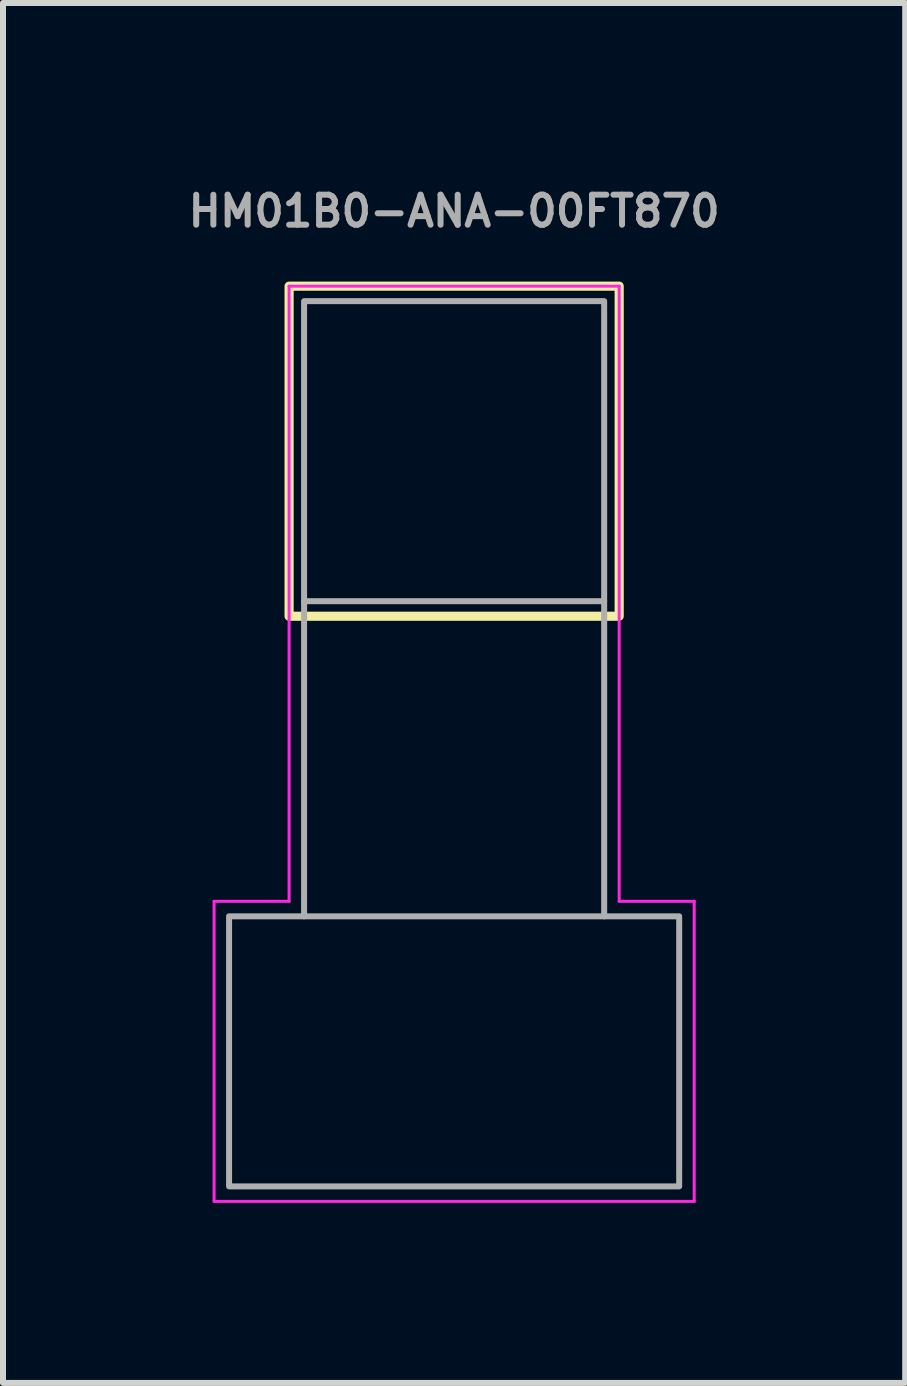
<source format=kicad_pcb>
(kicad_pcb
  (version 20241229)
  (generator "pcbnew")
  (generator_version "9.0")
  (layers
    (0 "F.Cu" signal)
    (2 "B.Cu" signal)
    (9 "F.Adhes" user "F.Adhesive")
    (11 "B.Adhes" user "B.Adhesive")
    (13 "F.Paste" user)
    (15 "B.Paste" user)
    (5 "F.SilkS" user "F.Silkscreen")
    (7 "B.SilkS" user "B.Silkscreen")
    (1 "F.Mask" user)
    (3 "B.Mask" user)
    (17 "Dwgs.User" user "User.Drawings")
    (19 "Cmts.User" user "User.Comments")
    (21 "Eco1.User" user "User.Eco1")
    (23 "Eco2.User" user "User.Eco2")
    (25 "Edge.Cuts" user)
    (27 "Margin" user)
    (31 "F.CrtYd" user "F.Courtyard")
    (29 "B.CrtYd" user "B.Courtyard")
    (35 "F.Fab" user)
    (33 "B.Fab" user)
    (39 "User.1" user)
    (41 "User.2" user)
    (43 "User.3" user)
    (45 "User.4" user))
  (footprint "HM01B0-ANA-00FT870"
    (layer "F.Cu")
    (at 4.517 14.468)
    (property "Reference" "HM01B0-ANA-00FT870" (at 0 -14 0) (unlocked yes) (layer "F.Fab") (effects (font (size 0.5 0.5) (thickness 0.1))))
    (attr smd)
    (fp_rect (start -2.75 -12.75) (end 2.75 -7.25) (stroke (width 0.152) (type default)) (fill no) (layer "F.SilkS"))
    (fp_line (start -4 -2.5) (end -4 2.5) (stroke (width 0.05) (type default)) (layer "F.CrtYd"))
    (fp_line (start -4 2.5) (end 4 2.5) (stroke (width 0.05) (type default)) (layer "F.CrtYd"))
    (fp_line (start -2.75 -12.75) (end -2.75 -2.5) (stroke (width 0.05) (type default)) (layer "F.CrtYd"))
    (fp_line (start -2.75 -2.5) (end -4 -2.5) (stroke (width 0.05) (type default)) (layer "F.CrtYd"))
    (fp_line (start 2.75 -12.75) (end -2.75 -12.75) (stroke (width 0.05) (type default)) (layer "F.CrtYd"))
    (fp_line (start 2.75 -2.5) (end 2.75 -12.75) (stroke (width 0.05) (type default)) (layer "F.CrtYd"))
    (fp_line (start 4 -2.5) (end 2.75 -2.5) (stroke (width 0.05) (type default)) (layer "F.CrtYd"))
    (fp_line (start 4 2.5) (end 4 -2.5) (stroke (width 0.05) (type default)) (layer "F.CrtYd"))
    (fp_line (start -2.5 -7.5) (end -2.5 -2.25) (stroke (width 0.1) (type default)) (layer "F.Fab"))
    (fp_line (start 2.5 -7.5) (end 2.5 -2.25) (stroke (width 0.1) (type default)) (layer "F.Fab"))
    (fp_rect (start -3.75 -2.25) (end 3.75 2.25) (stroke (width 0.1) (type default)) (fill no) (layer "F.Fab"))
    (fp_rect (start -2.5 -12.5) (end 2.5 -7.5) (stroke (width 0.1) (type default)) (fill no) (layer "F.Fab"))
    (fp_line (start -0.25 -10) (end 0.25 -10) (stroke (width 0.1) (type default)) (layer "User.2"))
    (fp_line (start -0.25 0) (end 0.25 0) (stroke (width 0.1) (type default)) (layer "User.2"))
    (fp_line (start 0 -10.25) (end 0 -9.75) (stroke (width 0.1) (type default)) (layer "User.2"))
    (fp_line (start 0 -0.25) (end 0 0.25) (stroke (width 0.1) (type default)) (layer "User.2"))
    (fp_rect (start -3 -0.75) (end 3 0.75) (stroke (width 0.1) (type default)) (fill no) (layer "User.2"))
    (fp_text user "12" (at 2.5 -1.25 0) (unlocked yes) (layer "User.2") (effects (font (size 0.5 0.5) (thickness 0.125))))
    (fp_text user "13" (at 2.5 1.25 0) (unlocked yes) (layer "User.2") (effects (font (size 0.5 0.5) (thickness 0.125))))
    (fp_text user "1" (at -2.5 -1.25 0) (unlocked yes) (layer "User.2") (effects (font (size 0.5 0.5) (thickness 0.125))))
    (fp_text user "24" (at -2.5 1.25 0) (unlocked yes) (layer "User.2") (effects (font (size 0.5 0.5) (thickness 0.125)))))
  (gr_rect
    (start -3 -3)
    (end 12.033 19.993)
    (stroke (width 0.1) (type default))
    (fill no)
    (layer "Edge.Cuts")))
</source>
